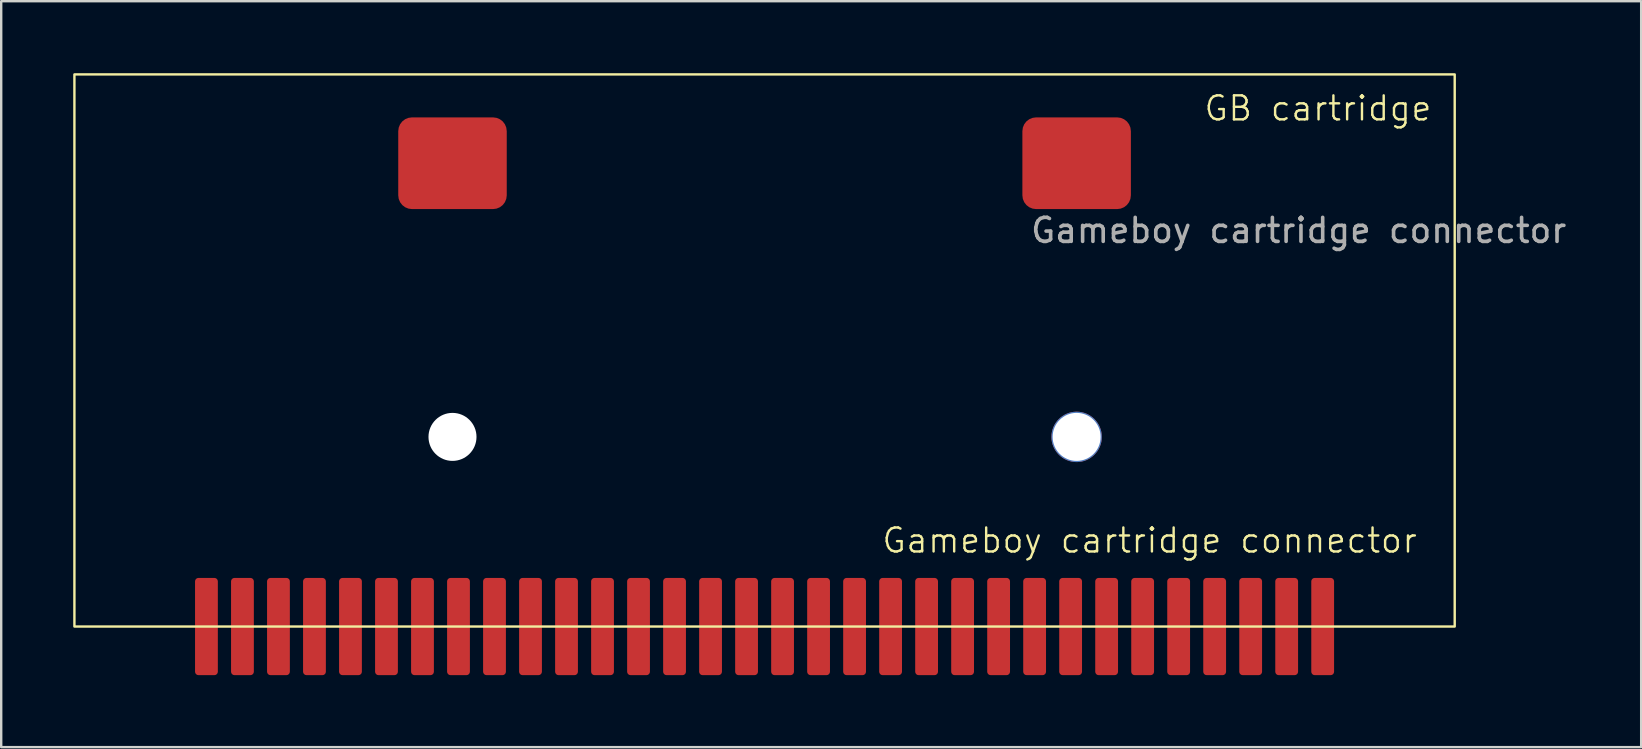
<source format=kicad_pcb>
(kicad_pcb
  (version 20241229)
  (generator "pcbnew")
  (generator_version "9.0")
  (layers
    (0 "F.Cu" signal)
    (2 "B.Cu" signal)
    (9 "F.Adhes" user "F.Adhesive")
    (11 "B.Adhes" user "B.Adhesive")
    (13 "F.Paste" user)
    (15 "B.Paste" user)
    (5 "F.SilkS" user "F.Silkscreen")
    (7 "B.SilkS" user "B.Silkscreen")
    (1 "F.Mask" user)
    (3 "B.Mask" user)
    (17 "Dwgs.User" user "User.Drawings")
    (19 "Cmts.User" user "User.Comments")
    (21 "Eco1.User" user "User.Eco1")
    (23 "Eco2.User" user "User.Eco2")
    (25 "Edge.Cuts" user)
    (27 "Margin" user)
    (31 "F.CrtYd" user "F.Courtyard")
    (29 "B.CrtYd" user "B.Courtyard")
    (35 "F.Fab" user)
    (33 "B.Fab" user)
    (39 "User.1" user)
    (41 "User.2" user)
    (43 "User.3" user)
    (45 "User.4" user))
  (footprint "Gameboy cartridge connector"
    (layer "F.Cu")
    (at 52.05 23.05)
    (property "Reference" "Gameboy cartridge connector" (at 4 -3 0) (unlocked yes) (layer "F.SilkS") (effects (font (size 1 1) (thickness 0.1)) (justify right bottom)))
    (attr smd)
    (fp_rect (start -52 -23) (end 5.5 0) (stroke (width 0.1) (type default)) (fill no) (layer "F.SilkS"))
    (fp_text user "GB cartridge" (at -5 -21 0) (unlocked yes) (layer "F.SilkS") (effects (font (size 1 1) (thickness 0.1)) (justify left bottom)))
    (fp_text user "${REFERENCE}" (at -1 -16.5 0) (unlocked yes) (layer "F.Fab") (effects (font (size 1 1) (thickness 0.15))))
    (pad "" smd roundrect (at -36.25 -19.3) (size 4.52 3.82) (layers "F.Cu" "F.Mask" "F.Paste") (roundrect_rratio 0.15))
    (pad "" np_thru_hole circle (at -36.25 -7.9) (size 2 2) (drill 2) (layers "*.Cu" "*.Mask"))
    (pad "" smd roundrect (at -10.25 -19.3) (size 4.52 3.82) (layers "F.Cu" "F.Mask" "F.Paste") (roundrect_rratio 0.15))
    (pad "" np_thru_hole circle (at -10.25 -7.9) (size 2.1 2.1) (drill 2) (layers "*.Cu" "*.Mask"))
    (pad "1" smd roundrect (at -46.5 0 90) (size 4.05 0.95) (layers "F.Cu" "F.Mask" "F.Paste") (roundrect_rratio 0.15))
    (pad "2" smd roundrect (at -45 0 90) (size 4.05 0.95) (layers "F.Cu" "F.Mask" "F.Paste") (roundrect_rratio 0.15))
    (pad "3" smd roundrect (at -43.5 0 90) (size 4.05 0.95) (layers "F.Cu" "F.Mask" "F.Paste") (roundrect_rratio 0.15))
    (pad "4" smd roundrect (at -42 0 90) (size 4.05 0.95) (layers "F.Cu" "F.Mask" "F.Paste") (roundrect_rratio 0.15))
    (pad "5" smd roundrect (at -40.5 0 90) (size 4.05 0.95) (layers "F.Cu" "F.Mask" "F.Paste") (roundrect_rratio 0.15))
    (pad "6" smd roundrect (at -39 0 90) (size 4.05 0.95) (layers "F.Cu" "F.Mask" "F.Paste") (roundrect_rratio 0.15))
    (pad "7" smd roundrect (at -37.5 0 90) (size 4.05 0.95) (layers "F.Cu" "F.Mask" "F.Paste") (roundrect_rratio 0.15))
    (pad "8" smd roundrect (at -36 0 90) (size 4.05 0.95) (layers "F.Cu" "F.Mask" "F.Paste") (roundrect_rratio 0.15))
    (pad "9" smd roundrect (at -34.5 0 90) (size 4.05 0.95) (layers "F.Cu" "F.Mask" "F.Paste") (roundrect_rratio 0.15))
    (pad "10" smd roundrect (at -33 0 90) (size 4.05 0.95) (layers "F.Cu" "F.Mask" "F.Paste") (roundrect_rratio 0.15))
    (pad "11" smd roundrect (at -31.5 0 90) (size 4.05 0.95) (layers "F.Cu" "F.Mask" "F.Paste") (roundrect_rratio 0.15))
    (pad "12" smd roundrect (at -30 0 90) (size 4.05 0.95) (layers "F.Cu" "F.Mask" "F.Paste") (roundrect_rratio 0.15))
    (pad "13" smd roundrect (at -28.5 0 90) (size 4.05 0.95) (layers "F.Cu" "F.Mask" "F.Paste") (roundrect_rratio 0.15))
    (pad "14" smd roundrect (at -27 0 90) (size 4.05 0.95) (layers "F.Cu" "F.Mask" "F.Paste") (roundrect_rratio 0.15))
    (pad "15" smd roundrect (at -25.5 0 90) (size 4.05 0.95) (layers "F.Cu" "F.Mask" "F.Paste") (roundrect_rratio 0.15))
    (pad "16" smd roundrect (at -24 0 90) (size 4.05 0.95) (layers "F.Cu" "F.Mask" "F.Paste") (roundrect_rratio 0.15))
    (pad "17" smd roundrect (at -22.5 0 90) (size 4.05 0.95) (layers "F.Cu" "F.Mask" "F.Paste") (roundrect_rratio 0.15))
    (pad "18" smd roundrect (at -21 0 90) (size 4.05 0.95) (layers "F.Cu" "F.Mask" "F.Paste") (roundrect_rratio 0.15))
    (pad "19" smd roundrect (at -19.5 0 90) (size 4.05 0.95) (layers "F.Cu" "F.Mask" "F.Paste") (roundrect_rratio 0.15))
    (pad "20" smd roundrect (at -18 0 90) (size 4.05 0.95) (layers "F.Cu" "F.Mask" "F.Paste") (roundrect_rratio 0.15))
    (pad "21" smd roundrect (at -16.5 0 90) (size 4.05 0.95) (layers "F.Cu" "F.Mask" "F.Paste") (roundrect_rratio 0.15))
    (pad "22" smd roundrect (at -15 0 90) (size 4.05 0.95) (layers "F.Cu" "F.Mask" "F.Paste") (roundrect_rratio 0.15))
    (pad "23" smd roundrect (at -13.5 0 90) (size 4.05 0.95) (layers "F.Cu" "F.Mask" "F.Paste") (roundrect_rratio 0.15))
    (pad "24" smd roundrect (at -12 0 90) (size 4.05 0.95) (layers "F.Cu" "F.Mask" "F.Paste") (roundrect_rratio 0.15))
    (pad "25" smd roundrect (at -10.5 0 90) (size 4.05 0.95) (layers "F.Cu" "F.Mask" "F.Paste") (roundrect_rratio 0.15))
    (pad "26" smd roundrect (at -9 0 90) (size 4.05 0.95) (layers "F.Cu" "F.Mask" "F.Paste") (roundrect_rratio 0.15))
    (pad "27" smd roundrect (at -7.5 0 90) (size 4.05 0.95) (layers "F.Cu" "F.Mask" "F.Paste") (roundrect_rratio 0.15))
    (pad "28" smd roundrect (at -6 0 90) (size 4.05 0.95) (layers "F.Cu" "F.Mask" "F.Paste") (roundrect_rratio 0.15))
    (pad "29" smd roundrect (at -4.5 0 90) (size 4.05 0.95) (layers "F.Cu" "F.Mask" "F.Paste") (roundrect_rratio 0.15))
    (pad "30" smd roundrect (at -3 0 90) (size 4.05 0.95) (layers "F.Cu" "F.Mask" "F.Paste") (roundrect_rratio 0.15))
    (pad "31" smd roundrect (at -1.5 0 90) (size 4.05 0.95) (layers "F.Cu" "F.Mask" "F.Paste") (roundrect_rratio 0.15))
    (pad "32" smd roundrect (at 0 0 90) (size 4.05 0.95) (layers "F.Cu" "F.Mask" "F.Paste") (roundrect_rratio 0.15))
    (zone (net_name "") (layers "F.SilkS" "F.CrtYd") (hatch edge 0.5) (connect_pads) (min_thickness 0.25) (filled_areas_thickness no) (keepout (tracks not_allowed) (vias not_allowed) (pads not_allowed) (copperpour allowed) (footprints allowed)) (placement (enabled no)) (fill) (polygon (pts (xy 0.05 0.05) (xy 0.05 21.05) (xy 57.55 21.05) (xy 57.55 0.05)))))
  (gr_rect
    (start -3 -3)
    (end 65.318 28.075)
    (stroke (width 0.1) (type default))
    (fill no)
    (layer "Edge.Cuts")))
</source>
